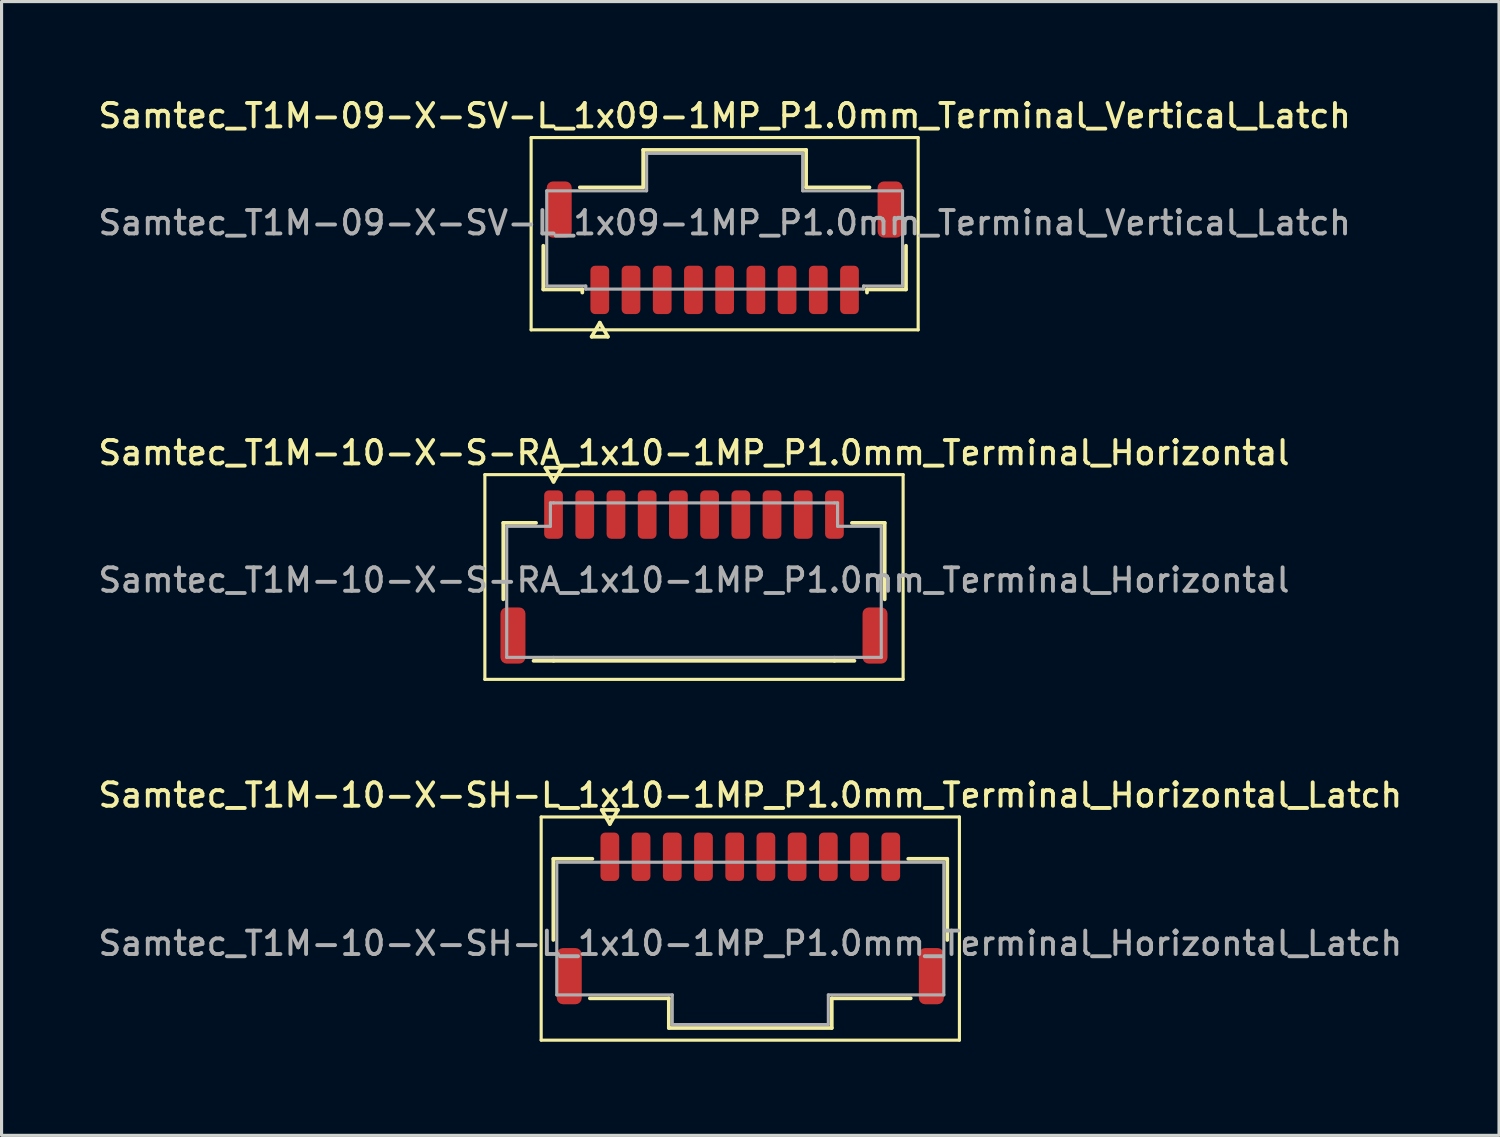
<source format=kicad_pcb>
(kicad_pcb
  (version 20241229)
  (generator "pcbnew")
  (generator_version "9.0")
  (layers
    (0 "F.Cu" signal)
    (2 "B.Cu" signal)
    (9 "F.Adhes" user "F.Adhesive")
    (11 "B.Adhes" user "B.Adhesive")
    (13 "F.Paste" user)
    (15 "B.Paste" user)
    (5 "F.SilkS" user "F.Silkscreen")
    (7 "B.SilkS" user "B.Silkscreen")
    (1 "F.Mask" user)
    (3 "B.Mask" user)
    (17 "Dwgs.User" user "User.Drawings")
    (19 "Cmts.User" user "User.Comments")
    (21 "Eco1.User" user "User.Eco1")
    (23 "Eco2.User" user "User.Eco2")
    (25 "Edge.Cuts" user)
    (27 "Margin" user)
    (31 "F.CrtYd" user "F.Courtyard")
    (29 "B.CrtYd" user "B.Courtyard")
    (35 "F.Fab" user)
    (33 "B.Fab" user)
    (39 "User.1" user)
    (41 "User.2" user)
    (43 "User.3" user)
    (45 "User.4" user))
  (footprint "Samtec_T1M-10-X-SH-L_1x10-1MP_P1.0mm_Terminal_Horizontal_Latch"
    (layer "F.Cu")
    (at 20.988 27.174)
    (property "Reference" "Samtec_T1M-10-X-SH-L_1x10-1MP_P1.0mm_Terminal_Horizontal_Latch" (at 0 -4.75 0) (layer "F.SilkS") (effects (font (size 0.75 0.75) (thickness 0.125))))
    (attr smd)
    (fp_line (start -6.7 -4.05) (end -6.7 3.1) (stroke (width 0.1) (type solid)) (layer "F.SilkS"))
    (fp_line (start -6.7 3.1) (end 6.7 3.1) (stroke (width 0.1) (type solid)) (layer "F.SilkS"))
    (fp_line (start -6.31 -2.71) (end -5.06 -2.71) (stroke (width 0.12) (type solid)) (layer "F.SilkS"))
    (fp_line (start -6.31 -0.11) (end -6.31 -2.71) (stroke (width 0.12) (type solid)) (layer "F.SilkS"))
    (fp_line (start -4.76 -4.275) (end -4.5 -3.825) (stroke (width 0.12) (type solid)) (layer "F.SilkS"))
    (fp_line (start -4.5 -3.825) (end -4.24 -4.275) (stroke (width 0.12) (type solid)) (layer "F.SilkS"))
    (fp_line (start -4.24 -4.275) (end -4.76 -4.275) (stroke (width 0.12) (type solid)) (layer "F.SilkS"))
    (fp_line (start -2.61 1.76) (end -5.14 1.76) (stroke (width 0.12) (type solid)) (layer "F.SilkS"))
    (fp_line (start -2.61 2.71) (end -2.61 1.76) (stroke (width 0.12) (type solid)) (layer "F.SilkS"))
    (fp_line (start 2.61 1.76) (end 2.61 2.71) (stroke (width 0.12) (type solid)) (layer "F.SilkS"))
    (fp_line (start 2.61 2.71) (end -2.61 2.71) (stroke (width 0.12) (type solid)) (layer "F.SilkS"))
    (fp_line (start 5.06 -2.71) (end 6.31 -2.71) (stroke (width 0.12) (type solid)) (layer "F.SilkS"))
    (fp_line (start 5.14 1.76) (end 2.61 1.76) (stroke (width 0.12) (type solid)) (layer "F.SilkS"))
    (fp_line (start 6.31 -2.71) (end 6.31 -0.11) (stroke (width 0.12) (type solid)) (layer "F.SilkS"))
    (fp_line (start 6.7 -4.05) (end -6.7 -4.05) (stroke (width 0.1) (type solid)) (layer "F.SilkS"))
    (fp_line (start 6.7 3.1) (end 6.7 -4.05) (stroke (width 0.1) (type solid)) (layer "F.SilkS"))
    (fp_line (start -6.2 -2.6) (end 6.2 -2.6) (stroke (width 0.1) (type solid)) (layer "F.Fab"))
    (fp_line (start -6.2 1.65) (end -6.2 -2.6) (stroke (width 0.1) (type solid)) (layer "F.Fab"))
    (fp_line (start -2.5 1.65) (end -6.2 1.65) (stroke (width 0.1) (type solid)) (layer "F.Fab"))
    (fp_line (start -2.5 2.6) (end -2.5 1.65) (stroke (width 0.1) (type solid)) (layer "F.Fab"))
    (fp_line (start 2.5 1.65) (end 2.5 2.6) (stroke (width 0.1) (type solid)) (layer "F.Fab"))
    (fp_line (start 2.5 2.6) (end -2.5 2.6) (stroke (width 0.1) (type solid)) (layer "F.Fab"))
    (fp_line (start 6.2 -2.6) (end 6.2 1.65) (stroke (width 0.1) (type solid)) (layer "F.Fab"))
    (fp_line (start 6.2 1.65) (end 2.5 1.65) (stroke (width 0.1) (type solid)) (layer "F.Fab"))
    (fp_text user "${REFERENCE}" (at 0 0 0) (layer "F.Fab") (effects (font (size 0.75 0.75) (thickness 0.125))))
    (pad "1" smd roundrect (at -4.5 -2.775) (size 0.6 1.55) (layers "F.Cu" "F.Mask" "F.Paste") (roundrect_rratio 0.25))
    (pad "2" smd roundrect (at -3.5 -2.775) (size 0.6 1.55) (layers "F.Cu" "F.Mask" "F.Paste") (roundrect_rratio 0.25))
    (pad "3" smd roundrect (at -2.5 -2.775) (size 0.6 1.55) (layers "F.Cu" "F.Mask" "F.Paste") (roundrect_rratio 0.25))
    (pad "4" smd roundrect (at -1.5 -2.775) (size 0.6 1.55) (layers "F.Cu" "F.Mask" "F.Paste") (roundrect_rratio 0.25))
    (pad "5" smd roundrect (at -0.5 -2.775) (size 0.6 1.55) (layers "F.Cu" "F.Mask" "F.Paste") (roundrect_rratio 0.25))
    (pad "6" smd roundrect (at 0.5 -2.775) (size 0.6 1.55) (layers "F.Cu" "F.Mask" "F.Paste") (roundrect_rratio 0.25))
    (pad "7" smd roundrect (at 1.5 -2.775) (size 0.6 1.55) (layers "F.Cu" "F.Mask" "F.Paste") (roundrect_rratio 0.25))
    (pad "8" smd roundrect (at 2.5 -2.775) (size 0.6 1.55) (layers "F.Cu" "F.Mask" "F.Paste") (roundrect_rratio 0.25))
    (pad "9" smd roundrect (at 3.5 -2.775) (size 0.6 1.55) (layers "F.Cu" "F.Mask" "F.Paste") (roundrect_rratio 0.25))
    (pad "10" smd roundrect (at 4.5 -2.775) (size 0.6 1.55) (layers "F.Cu" "F.Mask" "F.Paste") (roundrect_rratio 0.25))
    (pad "MP" smd roundrect (at -5.8 1.05) (size 0.8 1.8) (layers "F.Cu" "F.Mask" "F.Paste") (roundrect_rratio 0.25))
    (pad "MP" smd roundrect (at 5.8 1.05) (size 0.8 1.8) (layers "F.Cu" "F.Mask" "F.Paste") (roundrect_rratio 0.25)))
  (footprint "Samtec_T1M-10-X-S-RA_1x10-1MP_P1.0mm_Terminal_Horizontal"
    (layer "F.Cu")
    (at 19.184 15.536)
    (property "Reference" "Samtec_T1M-10-X-S-RA_1x10-1MP_P1.0mm_Terminal_Horizontal" (at 0 -4.08 0) (layer "F.SilkS") (effects (font (size 0.75 0.75) (thickness 0.125))))
    (attr smd)
    (fp_line (start -6.7 -3.38) (end -6.7 3.18) (stroke (width 0.1) (type solid)) (layer "F.SilkS"))
    (fp_line (start -6.7 3.18) (end 6.7 3.18) (stroke (width 0.1) (type solid)) (layer "F.SilkS"))
    (fp_line (start -6.11 -1.835) (end -5.06 -1.835) (stroke (width 0.12) (type solid)) (layer "F.SilkS"))
    (fp_line (start -6.11 0.615) (end -6.11 -1.835) (stroke (width 0.12) (type solid)) (layer "F.SilkS"))
    (fp_line (start -4.76 -3.6) (end -4.5 -3.15) (stroke (width 0.12) (type solid)) (layer "F.SilkS"))
    (fp_line (start -4.5 -3.15) (end -4.24 -3.6) (stroke (width 0.12) (type solid)) (layer "F.SilkS"))
    (fp_line (start -4.5 2.585) (end -5.14 2.585) (stroke (width 0.12) (type solid)) (layer "F.SilkS"))
    (fp_line (start -4.24 -3.6) (end -4.76 -3.6) (stroke (width 0.12) (type solid)) (layer "F.SilkS"))
    (fp_line (start 4.5 2.585) (end -4.5 2.585) (stroke (width 0.12) (type solid)) (layer "F.SilkS"))
    (fp_line (start 5.06 -1.835) (end 6.11 -1.835) (stroke (width 0.12) (type solid)) (layer "F.SilkS"))
    (fp_line (start 5.14 2.585) (end 4.5 2.585) (stroke (width 0.12) (type solid)) (layer "F.SilkS"))
    (fp_line (start 6.11 -1.835) (end 6.11 0.615) (stroke (width 0.12) (type solid)) (layer "F.SilkS"))
    (fp_line (start 6.7 -3.38) (end -6.7 -3.38) (stroke (width 0.1) (type solid)) (layer "F.SilkS"))
    (fp_line (start 6.7 3.18) (end 6.7 -3.38) (stroke (width 0.1) (type solid)) (layer "F.SilkS"))
    (fp_line (start -6 -1.725) (end -4.6 -1.725) (stroke (width 0.1) (type solid)) (layer "F.Fab"))
    (fp_line (start -6 2.475) (end -6 -1.725) (stroke (width 0.1) (type solid)) (layer "F.Fab"))
    (fp_line (start -4.6 -2.475) (end -4.5 -2.475) (stroke (width 0.1) (type solid)) (layer "F.Fab"))
    (fp_line (start -4.6 -1.725) (end -4.6 -2.475) (stroke (width 0.1) (type solid)) (layer "F.Fab"))
    (fp_line (start -4.5 -2.475) (end 4.5 -2.475) (stroke (width 0.1) (type solid)) (layer "F.Fab"))
    (fp_line (start -4.5 2.475) (end -6 2.475) (stroke (width 0.1) (type solid)) (layer "F.Fab"))
    (fp_line (start 4.5 -2.475) (end 4.6 -2.475) (stroke (width 0.1) (type solid)) (layer "F.Fab"))
    (fp_line (start 4.5 2.475) (end -4.5 2.475) (stroke (width 0.1) (type solid)) (layer "F.Fab"))
    (fp_line (start 4.6 -2.475) (end 4.6 -1.725) (stroke (width 0.1) (type solid)) (layer "F.Fab"))
    (fp_line (start 4.6 -1.725) (end 6 -1.725) (stroke (width 0.1) (type solid)) (layer "F.Fab"))
    (fp_line (start 6 -1.725) (end 6 2.475) (stroke (width 0.1) (type solid)) (layer "F.Fab"))
    (fp_line (start 6 2.475) (end 4.5 2.475) (stroke (width 0.1) (type solid)) (layer "F.Fab"))
    (fp_text user "${REFERENCE}" (at 0 0 0) (layer "F.Fab") (effects (font (size 0.75 0.75) (thickness 0.125))))
    (pad "1" smd roundrect (at -4.5 -2.1) (size 0.6 1.55) (layers "F.Cu" "F.Mask" "F.Paste") (roundrect_rratio 0.25))
    (pad "2" smd roundrect (at -3.5 -2.1) (size 0.6 1.55) (layers "F.Cu" "F.Mask" "F.Paste") (roundrect_rratio 0.25))
    (pad "3" smd roundrect (at -2.5 -2.1) (size 0.6 1.55) (layers "F.Cu" "F.Mask" "F.Paste") (roundrect_rratio 0.25))
    (pad "4" smd roundrect (at -1.5 -2.1) (size 0.6 1.55) (layers "F.Cu" "F.Mask" "F.Paste") (roundrect_rratio 0.25))
    (pad "5" smd roundrect (at -0.5 -2.1) (size 0.6 1.55) (layers "F.Cu" "F.Mask" "F.Paste") (roundrect_rratio 0.25))
    (pad "6" smd roundrect (at 0.5 -2.1) (size 0.6 1.55) (layers "F.Cu" "F.Mask" "F.Paste") (roundrect_rratio 0.25))
    (pad "7" smd roundrect (at 1.5 -2.1) (size 0.6 1.55) (layers "F.Cu" "F.Mask" "F.Paste") (roundrect_rratio 0.25))
    (pad "8" smd roundrect (at 2.5 -2.1) (size 0.6 1.55) (layers "F.Cu" "F.Mask" "F.Paste") (roundrect_rratio 0.25))
    (pad "9" smd roundrect (at 3.5 -2.1) (size 0.6 1.55) (layers "F.Cu" "F.Mask" "F.Paste") (roundrect_rratio 0.25))
    (pad "10" smd roundrect (at 4.5 -2.1) (size 0.6 1.55) (layers "F.Cu" "F.Mask" "F.Paste") (roundrect_rratio 0.25))
    (pad "MP" smd roundrect (at -5.8 1.775) (size 0.8 1.8) (layers "F.Cu" "F.Mask" "F.Paste") (roundrect_rratio 0.25))
    (pad "MP" smd roundrect (at 5.8 1.775) (size 0.8 1.8) (layers "F.Cu" "F.Mask" "F.Paste") (roundrect_rratio 0.25)))
  (footprint "Samtec_T1M-09-X-SV-L_1x09-1MP_P1.0mm_Terminal_Vertical_Latch"
    (layer "F.Cu")
    (at 20.166 4.088)
    (property "Reference" "Samtec_T1M-09-X-SV-L_1x09-1MP_P1.0mm_Terminal_Vertical_Latch" (at 0 -3.43 0) (layer "F.SilkS") (effects (font (size 0.75 0.75) (thickness 0.125))))
    (attr smd)
    (fp_line (start -6.2 -2.73) (end -6.2 3.43) (stroke (width 0.1) (type solid)) (layer "F.SilkS"))
    (fp_line (start -6.2 3.43) (end 6.2 3.43) (stroke (width 0.1) (type solid)) (layer "F.SilkS"))
    (fp_line (start -5.81 2.135) (end -5.81 0.735) (stroke (width 0.12) (type solid)) (layer "F.SilkS"))
    (fp_line (start -4.64 -1.135) (end -2.61 -1.135) (stroke (width 0.12) (type solid)) (layer "F.SilkS"))
    (fp_line (start -4.56 2.135) (end -5.81 2.135) (stroke (width 0.12) (type solid)) (layer "F.SilkS"))
    (fp_line (start -4.56 2.235) (end -4.56 2.135) (stroke (width 0.12) (type solid)) (layer "F.SilkS"))
    (fp_line (start -4.26 3.65) (end -4 3.2) (stroke (width 0.12) (type solid)) (layer "F.SilkS"))
    (fp_line (start -4 3.2) (end -3.74 3.65) (stroke (width 0.12) (type solid)) (layer "F.SilkS"))
    (fp_line (start -3.74 3.65) (end -4.26 3.65) (stroke (width 0.12) (type solid)) (layer "F.SilkS"))
    (fp_line (start -2.61 -2.335) (end 2.61 -2.335) (stroke (width 0.12) (type solid)) (layer "F.SilkS"))
    (fp_line (start -2.61 -1.135) (end -2.61 -2.335) (stroke (width 0.12) (type solid)) (layer "F.SilkS"))
    (fp_line (start 2.61 -2.335) (end 2.61 -1.135) (stroke (width 0.12) (type solid)) (layer "F.SilkS"))
    (fp_line (start 2.61 -1.135) (end 4.64 -1.135) (stroke (width 0.12) (type solid)) (layer "F.SilkS"))
    (fp_line (start 4.56 2.135) (end 4.56 2.235) (stroke (width 0.12) (type solid)) (layer "F.SilkS"))
    (fp_line (start 5.81 0.735) (end 5.81 2.135) (stroke (width 0.12) (type solid)) (layer "F.SilkS"))
    (fp_line (start 5.81 2.135) (end 4.56 2.135) (stroke (width 0.12) (type solid)) (layer "F.SilkS"))
    (fp_line (start 6.2 -2.73) (end -6.2 -2.73) (stroke (width 0.1) (type solid)) (layer "F.SilkS"))
    (fp_line (start 6.2 3.43) (end 6.2 -2.73) (stroke (width 0.1) (type solid)) (layer "F.SilkS"))
    (fp_line (start -5.7 -1.025) (end -2.5 -1.025) (stroke (width 0.1) (type solid)) (layer "F.Fab"))
    (fp_line (start -5.7 2.025) (end -5.7 -1.025) (stroke (width 0.1) (type solid)) (layer "F.Fab"))
    (fp_line (start -4.45 2.025) (end -5.7 2.025) (stroke (width 0.1) (type solid)) (layer "F.Fab"))
    (fp_line (start -4.45 2.125) (end -4.45 2.025) (stroke (width 0.1) (type solid)) (layer "F.Fab"))
    (fp_line (start -2.5 -2.225) (end 2.5 -2.225) (stroke (width 0.1) (type solid)) (layer "F.Fab"))
    (fp_line (start -2.5 -1.025) (end -2.5 -2.225) (stroke (width 0.1) (type solid)) (layer "F.Fab"))
    (fp_line (start 2.5 -2.225) (end 2.5 -1.025) (stroke (width 0.1) (type solid)) (layer "F.Fab"))
    (fp_line (start 2.5 -1.025) (end 5.7 -1.025) (stroke (width 0.1) (type solid)) (layer "F.Fab"))
    (fp_line (start 4.45 2.025) (end 4.45 2.125) (stroke (width 0.1) (type solid)) (layer "F.Fab"))
    (fp_line (start 4.45 2.125) (end -4.45 2.125) (stroke (width 0.1) (type solid)) (layer "F.Fab"))
    (fp_line (start 5.7 -1.025) (end 5.7 2.025) (stroke (width 0.1) (type solid)) (layer "F.Fab"))
    (fp_line (start 5.7 2.025) (end 4.45 2.025) (stroke (width 0.1) (type solid)) (layer "F.Fab"))
    (fp_text user "${REFERENCE}" (at 0 0 0) (layer "F.Fab") (effects (font (size 0.75 0.75) (thickness 0.125))))
    (pad "1" smd roundrect (at -4 2.15) (size 0.6 1.55) (layers "F.Cu" "F.Mask" "F.Paste") (roundrect_rratio 0.25))
    (pad "2" smd roundrect (at -3 2.15) (size 0.6 1.55) (layers "F.Cu" "F.Mask" "F.Paste") (roundrect_rratio 0.25))
    (pad "3" smd roundrect (at -2 2.15) (size 0.6 1.55) (layers "F.Cu" "F.Mask" "F.Paste") (roundrect_rratio 0.25))
    (pad "4" smd roundrect (at -1 2.15) (size 0.6 1.55) (layers "F.Cu" "F.Mask" "F.Paste") (roundrect_rratio 0.25))
    (pad "5" smd roundrect (at 0 2.15) (size 0.6 1.55) (layers "F.Cu" "F.Mask" "F.Paste") (roundrect_rratio 0.25))
    (pad "6" smd roundrect (at 1 2.15) (size 0.6 1.55) (layers "F.Cu" "F.Mask" "F.Paste") (roundrect_rratio 0.25))
    (pad "7" smd roundrect (at 2 2.15) (size 0.6 1.55) (layers "F.Cu" "F.Mask" "F.Paste") (roundrect_rratio 0.25))
    (pad "8" smd roundrect (at 3 2.15) (size 0.6 1.55) (layers "F.Cu" "F.Mask" "F.Paste") (roundrect_rratio 0.25))
    (pad "9" smd roundrect (at 4 2.15) (size 0.6 1.55) (layers "F.Cu" "F.Mask" "F.Paste") (roundrect_rratio 0.25))
    (pad "MP" smd roundrect (at -5.3 -0.425) (size 0.8 1.8) (layers "F.Cu" "F.Mask" "F.Paste") (roundrect_rratio 0.25))
    (pad "MP" smd roundrect (at 5.3 -0.425) (size 0.8 1.8) (layers "F.Cu" "F.Mask" "F.Paste") (roundrect_rratio 0.25)))
  (gr_rect
    (start -3 -3)
    (end 44.975 33.324)
    (stroke (width 0.1) (type default))
    (fill no)
    (layer "Edge.Cuts")))
</source>
